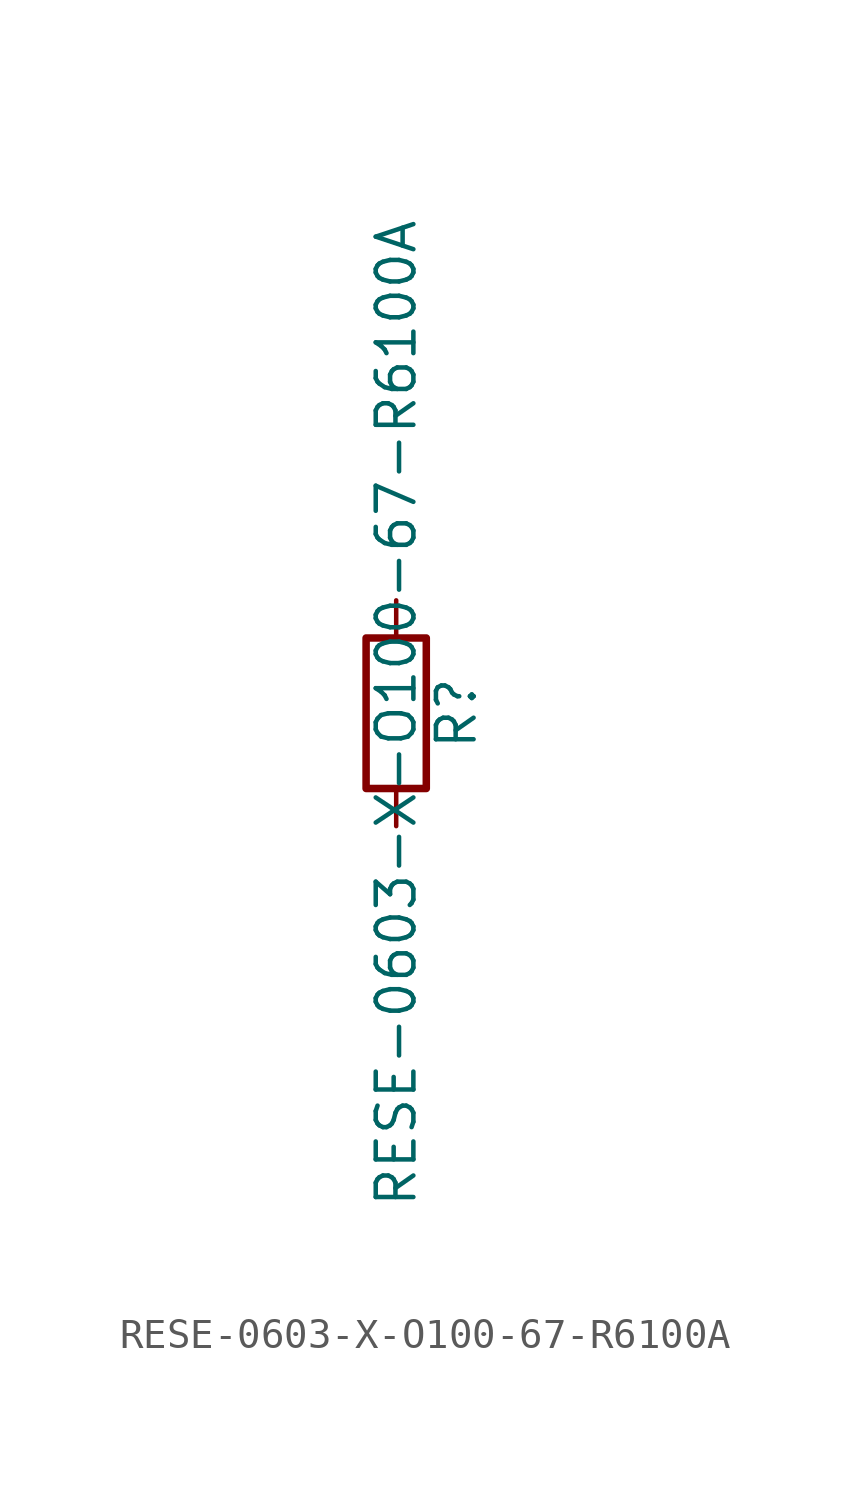
<source format=kicad_sym>
(kicad_symbol_lib
  (version 20211014)
  (generator kicad_symbol_editor)
  (symbol "RESE-0603-X-O100-67-R6100A"
    (pin_numbers hide)
    (pin_names
      (offset 0))
    (property "Reference" "R"
      (at 2.032 0 90)
      (effects (font (size 1.27 1.27))))
    (property "Value" "RESE-0603-X-O100-67-R6100A"
      (at 0 0 90)
      (effects (font (size 1.27 1.27))))
    (symbol "RESE-0603-X-O100-67-R6100A_0_1"
      (rectangle (start -1.016 -2.54) (end 1.016 2.54) (stroke (width 0.254) (type default) (color 0 0 0 0)) (fill (type none))))
    (symbol "RESE-0603-X-O100-67-R6100A_1_1"
      (pin passive line (at 0 3.81 270) (length 1.27) (name "~" (effects (font (size 1.27 1.27)))) (number "1" (effects (font (size 1.27 1.27)))))
      (pin passive line (at 0 -3.81 90) (length 1.27) (name "~" (effects (font (size 1.27 1.27)))) (number "2" (effects (font (size 1.27 1.27))))))))
</source>
